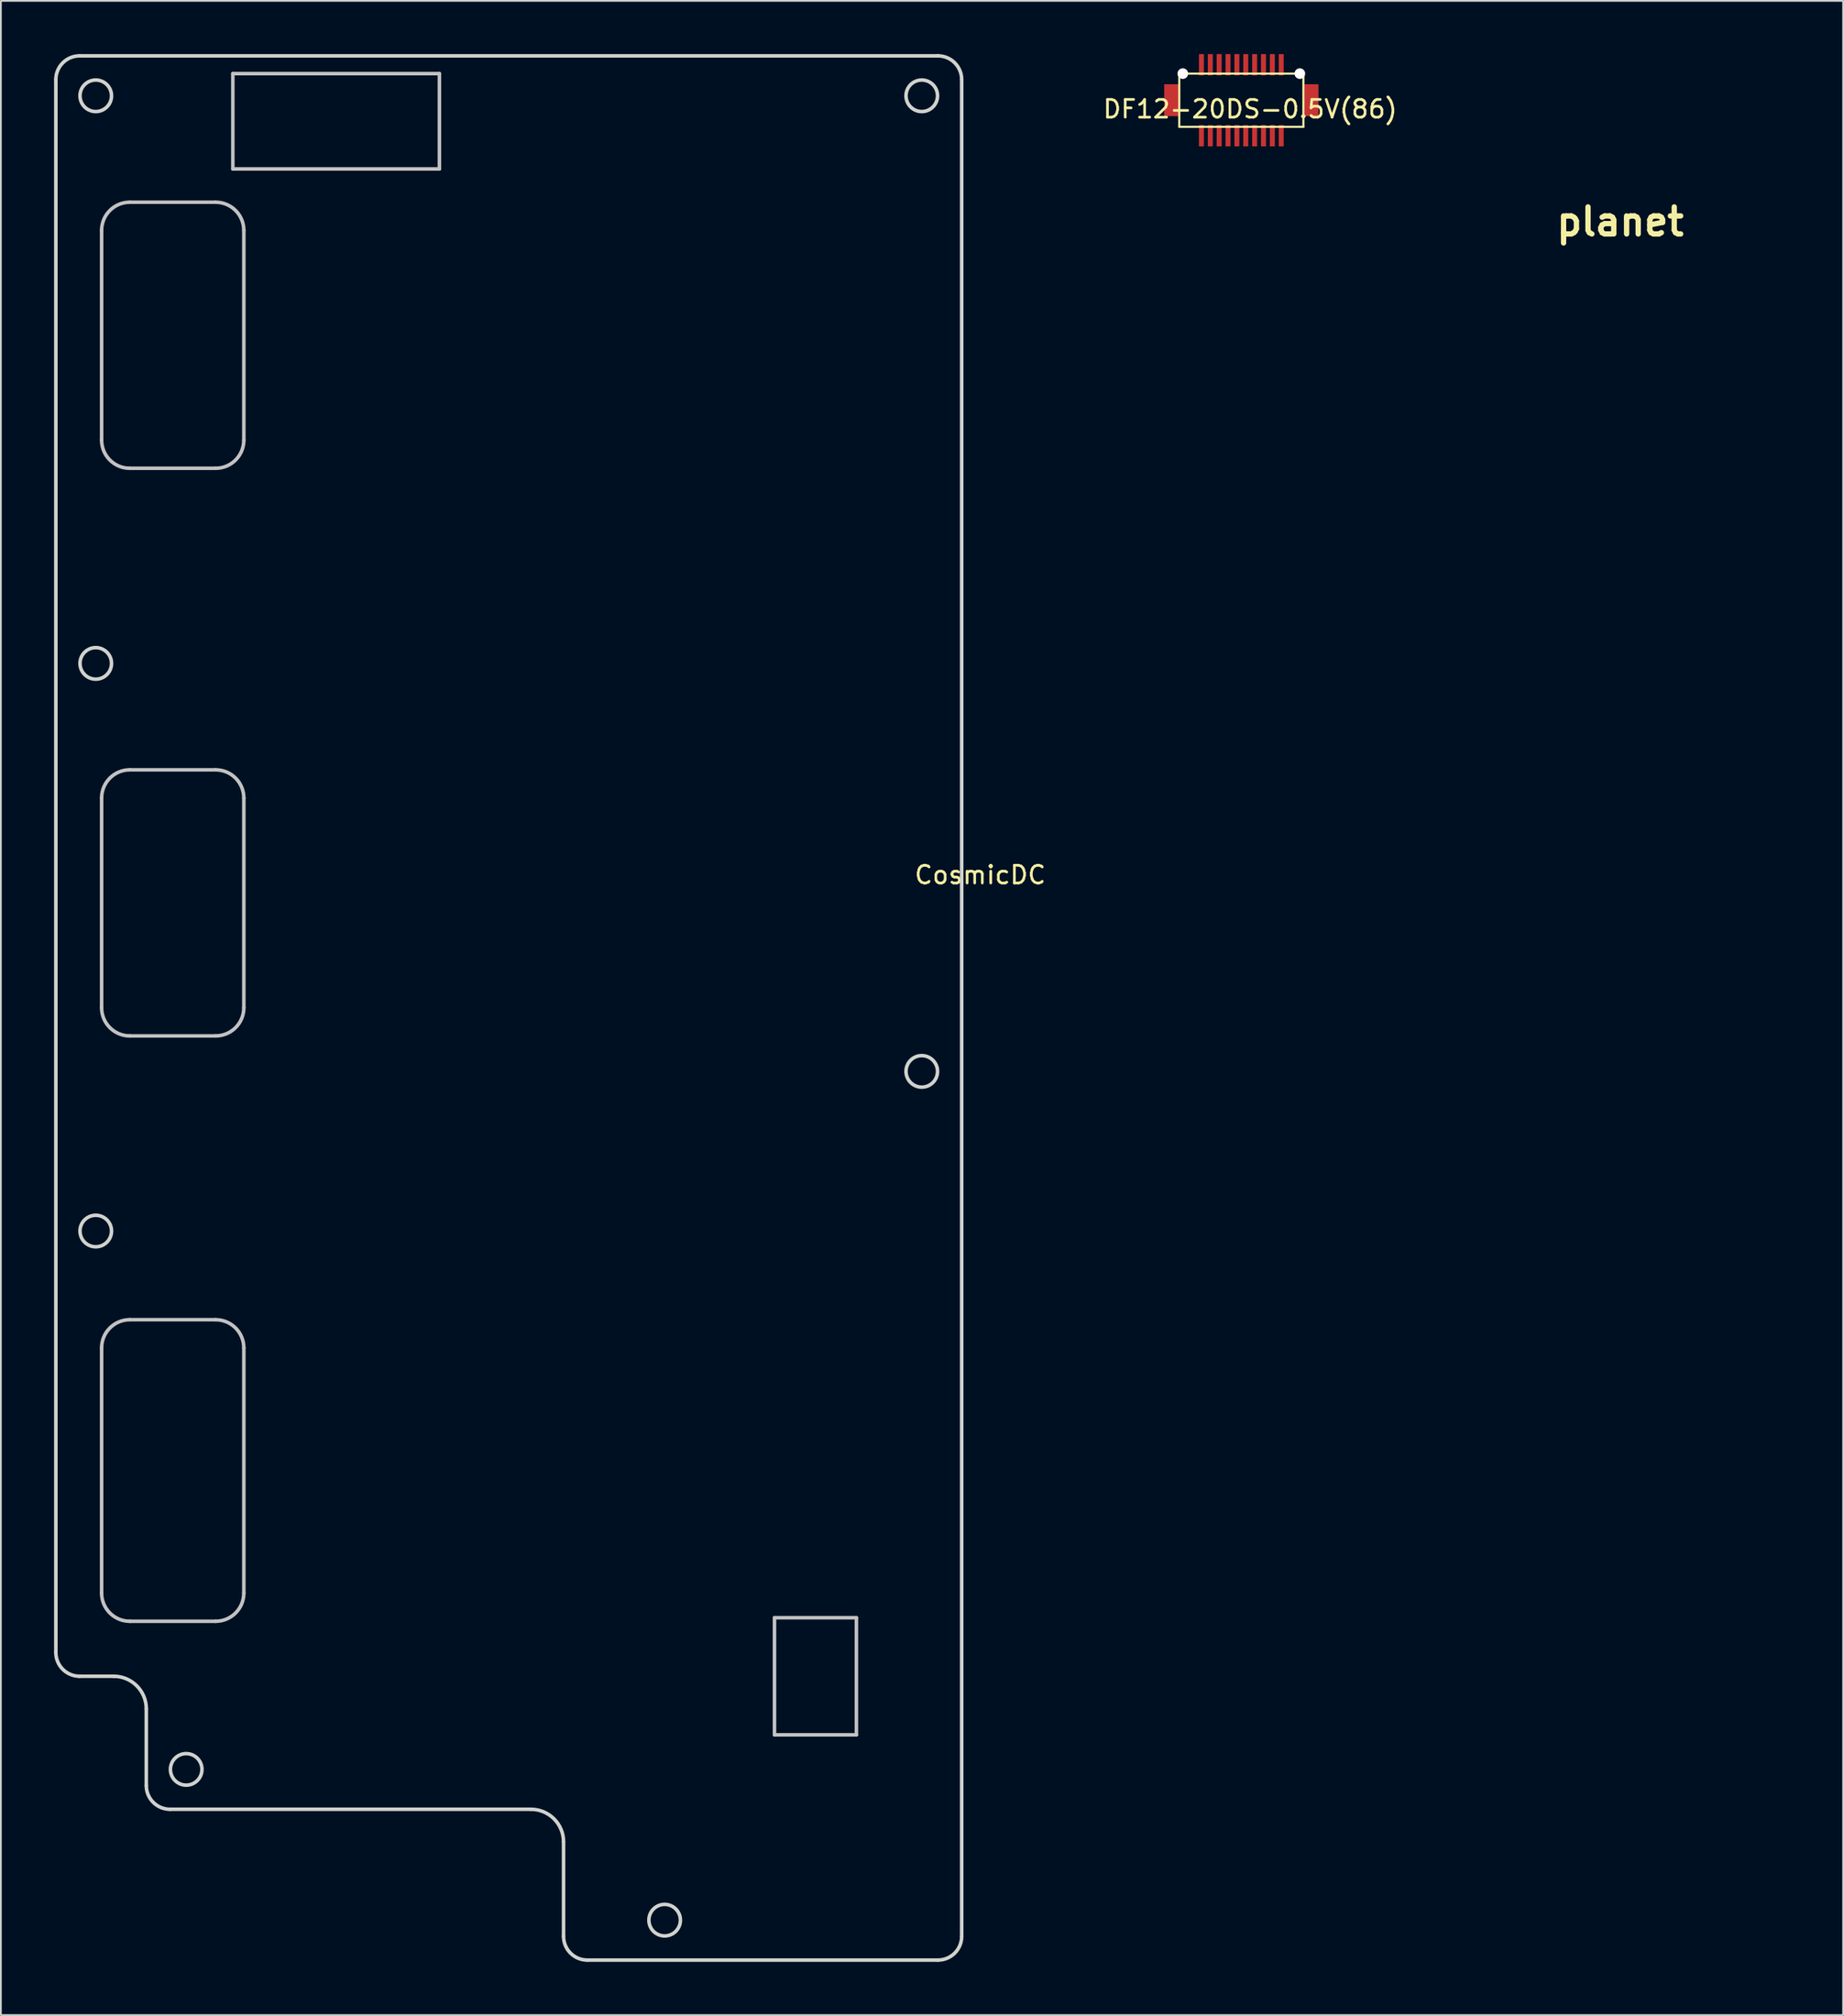
<source format=kicad_pcb>
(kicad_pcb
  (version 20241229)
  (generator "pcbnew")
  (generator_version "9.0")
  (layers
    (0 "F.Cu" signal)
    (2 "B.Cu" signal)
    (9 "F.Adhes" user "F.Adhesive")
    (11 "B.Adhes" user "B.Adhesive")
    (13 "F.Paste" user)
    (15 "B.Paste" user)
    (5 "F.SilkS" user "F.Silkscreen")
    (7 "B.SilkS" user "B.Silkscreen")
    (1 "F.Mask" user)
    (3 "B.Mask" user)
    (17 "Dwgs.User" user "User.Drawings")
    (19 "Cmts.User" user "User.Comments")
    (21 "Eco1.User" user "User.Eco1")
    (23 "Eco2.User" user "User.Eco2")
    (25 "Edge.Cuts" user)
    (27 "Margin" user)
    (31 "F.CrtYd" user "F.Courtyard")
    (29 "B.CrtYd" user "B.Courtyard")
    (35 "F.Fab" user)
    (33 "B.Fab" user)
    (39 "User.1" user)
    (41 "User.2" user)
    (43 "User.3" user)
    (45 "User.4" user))
  (footprint "planet"
    (layer "F.Cu")
    (at 88.316 9.449)
    (property "Reference" "planet" (at 0 0 0) (layer "F.SilkS") (effects (font (size 1.524 1.524) (thickness 0.3))))
    (attr through_hole)
    (fp_poly (pts (xy 7.446 -9.4) (xy 7.984 -9.266) (xy 8.41 -9.069) (xy 8.778 -8.782) (xy 8.965 -8.585) (xy 9.202 -8.274) (xy 9.372 -7.941) (xy 9.483 -7.552) (xy 9.545 -7.072) (xy 9.567 -6.466) (xy 9.567 -6.344) (xy 9.543 -5.667) (xy 9.466 -5.022) (xy 9.325 -4.379) (xy 9.113 -3.707) (xy 8.821 -2.977) (xy 8.44 -2.159) (xy 8.206 -1.693) (xy 7.982 -1.253) (xy 7.824 -0.928) (xy 7.72 -0.682) (xy 7.659 -0.479) (xy 7.63 -0.282) (xy 7.621 -0.057) (xy 7.62 0.141) (xy 7.537 1.213) (xy 7.295 2.279) (xy 6.901 3.316) (xy 6.364 4.3) (xy 5.82 5.056) (xy 5.08 5.836) (xy 4.219 6.502) (xy 3.247 7.048) (xy 2.174 7.468) (xy 2.057 7.504) (xy 1.691 7.606) (xy 1.353 7.674) (xy 0.991 7.716) (xy 0.549 7.74) (xy 0.199 7.748) (xy -0.915 7.768) (xy -1.934 8.287) (xy -2.421 8.522) (xy -2.962 8.762) (xy -3.487 8.977) (xy -3.868 9.117) (xy -4.284 9.253) (xy -4.617 9.344) (xy -4.929 9.401) (xy -5.279 9.433) (xy -5.725 9.451) (xy -5.842 9.454) (xy -6.453 9.458) (xy -6.906 9.432) (xy -7.213 9.377) (xy -7.239 9.369) (xy -7.945 9.066) (xy -8.511 8.671) (xy -8.941 8.177) (xy -9.241 7.577) (xy -9.414 6.866) (xy -9.417 6.848) (xy 0.55 6.848) (xy 0.889 6.802) (xy 1.165 6.754) (xy 1.511 6.682) (xy 1.731 6.631) (xy 2.628 6.325) (xy 3.487 5.87) (xy 4.283 5.288) (xy 4.994 4.597) (xy 5.596 3.819) (xy 6.067 2.974) (xy 6.158 2.761) (xy 6.261 2.484) (xy 6.371 2.148) (xy 6.477 1.794) (xy 6.569 1.459) (xy 6.635 1.183) (xy 6.665 1.005) (xy 6.66 0.959) (xy 6.6 1.01) (xy 6.459 1.169) (xy 6.258 1.411) (xy 6.05 1.672) (xy 5.452 2.384) (xy 4.731 3.158) (xy 3.912 3.972) (xy 3.018 4.801) (xy 2.074 5.624) (xy 1.104 6.416) (xy 0.844 6.62) (xy 0.55 6.848) (xy -9.417 6.848) (xy -9.442 6.639) (xy -9.449 5.86) (xy -9.37 5.277) (xy -6.234 5.277) (xy -6.223 5.5) (xy -6.212 5.563) (xy -6.061 5.935) (xy -5.816 6.175) (xy -5.467 6.29) (xy -5.002 6.286) (xy -4.995 6.286) (xy -4.759 6.253) (xy -4.606 6.222) (xy -4.579 6.211) (xy -4.621 6.143) (xy -4.76 5.984) (xy -4.972 5.759) (xy -5.153 5.576) (xy -5.43 5.291) (xy -5.673 5.023) (xy -5.849 4.81) (xy -5.905 4.729) (xy -6.017 4.564) (xy -6.099 4.488) (xy -6.103 4.487) (xy -6.152 4.563) (xy -6.193 4.755) (xy -6.223 5.011) (xy -6.234 5.277) (xy -9.37 5.277) (xy -9.333 5.004) (xy -9.103 4.1) (xy -8.769 3.176) (xy -8.34 2.262) (xy -7.824 1.387) (xy -7.785 1.328) (xy -7.627 1.084) (xy -7.529 0.894) (xy -7.476 0.702) (xy -7.454 0.456) (xy -7.45 0.1) (xy -7.45 0.054) (xy -7.446 0) (xy -6.474 0) (xy -6.473 0.523) (xy -6.466 0.915) (xy -6.448 1.215) (xy -6.414 1.462) (xy -6.36 1.696) (xy -6.28 1.954) (xy -6.196 2.201) (xy -5.796 3.161) (xy -5.296 4.001) (xy -4.816 4.605) (xy -4.498 4.937) (xy -4.172 5.242) (xy -3.866 5.495) (xy -3.609 5.674) (xy -3.43 5.755) (xy -3.407 5.757) (xy -3.278 5.719) (xy -3.041 5.615) (xy -2.737 5.465) (xy -2.559 5.371) (xy -1.075 4.485) (xy 0.32 3.484) (xy 1.611 2.382) (xy 2.781 1.194) (xy 3.813 -0.067) (xy 4.266 -0.708) (xy 4.505 -1.082) (xy 4.76 -1.507) (xy 5.014 -1.955) (xy 5.254 -2.396) (xy 5.463 -2.803) (xy 5.627 -3.146) (xy 5.729 -3.397) (xy 5.757 -3.513) (xy 5.699 -3.695) (xy 5.538 -3.966) (xy 5.294 -4.295) (xy 4.987 -4.656) (xy 4.752 -4.907) (xy 4.26 -5.347) (xy 3.672 -5.778) (xy 3.057 -6.151) (xy 2.697 -6.329) (xy 4.574 -6.329) (xy 5.151 -5.795) (xy 5.435 -5.52) (xy 5.695 -5.247) (xy 5.886 -5.025) (xy 5.93 -4.965) (xy 6.066 -4.791) (xy 6.166 -4.704) (xy 6.187 -4.703) (xy 6.227 -4.799) (xy 6.27 -5.008) (xy 6.291 -5.155) (xy 6.297 -5.652) (xy 6.186 -6.029) (xy 5.956 -6.284) (xy 5.609 -6.417) (xy 5.144 -6.428) (xy 4.838 -6.382) (xy 4.574 -6.329) (xy 2.697 -6.329) (xy 2.667 -6.344) (xy 1.8 -6.64) (xy 0.862 -6.808) (xy -0.108 -6.847) (xy -1.07 -6.757) (xy -1.985 -6.538) (xy -2.498 -6.344) (xy -3.386 -5.862) (xy -4.197 -5.239) (xy -4.913 -4.494) (xy -5.521 -3.642) (xy -6.005 -2.702) (xy -6.189 -2.223) (xy -6.295 -1.91) (xy -6.37 -1.656) (xy -6.421 -1.42) (xy -6.451 -1.165) (xy -6.467 -0.851) (xy -6.473 -0.438) (xy -6.474 0) (xy -7.446 0) (xy -7.37 -1.098) (xy -7.137 -2.206) (xy -6.759 -3.255) (xy -6.245 -4.232) (xy -5.603 -5.123) (xy -4.841 -5.913) (xy -3.968 -6.587) (xy -3.368 -6.945) (xy -2.457 -7.356) (xy -1.511 -7.625) (xy -0.5 -7.762) (xy 0.296 -7.781) (xy 0.727 -7.775) (xy 1.029 -7.78) (xy 1.244 -7.802) (xy 1.411 -7.848) (xy 1.572 -7.927) (xy 1.757 -8.038) (xy 2.425 -8.398) (xy 3.181 -8.719) (xy 3.992 -8.993) (xy 4.821 -9.21) (xy 5.636 -9.363) (xy 6.4 -9.444) (xy 7.08 -9.444) (xy 7.446 -9.4)) (stroke (width 0.01) (type solid)) (fill no) (layer "Eco2.User")))
  (footprint "DF12-20DS-0.5V(86)"
    (layer "F.Cu")
    (at 66.951 2.6)
    (property "Reference" "DF12-20DS-0.5V(86)" (at 0.5 0.5 0) (layer "F.SilkS") (effects (font (size 1 1) (thickness 0.15))))
    (attr through_hole)
    (fp_line (start -3.5 -1.5) (end -3.5 1.5) (stroke (width 0.12) (type solid)) (layer "F.SilkS"))
    (fp_line (start -3.5 1.5) (end 3.5 1.5) (stroke (width 0.12) (type solid)) (layer "F.SilkS"))
    (fp_line (start 3.5 -1.5) (end -3.5 -1.5) (stroke (width 0.12) (type solid)) (layer "F.SilkS"))
    (fp_line (start 3.5 1.5) (end 3.5 -1.5) (stroke (width 0.12) (type solid)) (layer "F.SilkS"))
    (pad "" smd rect (at -3.95 0) (size 0.8 1.8) (layers "F.Cu" "F.Mask" "F.Paste"))
    (pad "" np_thru_hole circle (at -3.3 -1.5) (size 0.6 0.6) (drill 0.6) (layers "*.Cu" "*.Mask"))
    (pad "" np_thru_hole circle (at 3.3 -1.5) (size 0.6 0.6) (drill 0.6) (layers "*.Cu" "*.Mask"))
    (pad "" smd rect (at 3.95 0) (size 0.8 1.8) (layers "F.Cu" "F.Mask" "F.Paste"))
    (pad "1" smd rect (at -2.25 -2) (size 0.28 1.2) (layers "F.Cu" "F.Mask" "F.Paste"))
    (pad "2" smd rect (at -1.75 -2) (size 0.28 1.2) (layers "F.Cu" "F.Mask" "F.Paste"))
    (pad "3" smd rect (at -1.25 -2) (size 0.28 1.2) (layers "F.Cu" "F.Mask" "F.Paste"))
    (pad "4" smd rect (at -0.75 -2) (size 0.28 1.2) (layers "F.Cu" "F.Mask" "F.Paste"))
    (pad "5" smd rect (at -0.25 -2) (size 0.28 1.2) (layers "F.Cu" "F.Mask" "F.Paste"))
    (pad "6" smd rect (at 0.25 -2) (size 0.28 1.2) (layers "F.Cu" "F.Mask" "F.Paste"))
    (pad "7" smd rect (at 0.75 -2) (size 0.28 1.2) (layers "F.Cu" "F.Mask" "F.Paste"))
    (pad "8" smd rect (at 1.25 -2) (size 0.28 1.2) (layers "F.Cu" "F.Mask" "F.Paste"))
    (pad "9" smd rect (at 1.75 -2) (size 0.28 1.2) (layers "F.Cu" "F.Mask" "F.Paste"))
    (pad "10" smd rect (at 2.25 -2) (size 0.28 1.2) (layers "F.Cu" "F.Mask" "F.Paste"))
    (pad "11" smd rect (at -2.25 2) (size 0.28 1.2) (layers "F.Cu" "F.Mask" "F.Paste"))
    (pad "12" smd rect (at -1.75 2) (size 0.28 1.2) (layers "F.Cu" "F.Mask" "F.Paste"))
    (pad "13" smd rect (at -1.25 2) (size 0.28 1.2) (layers "F.Cu" "F.Mask" "F.Paste"))
    (pad "14" smd rect (at -0.75 2) (size 0.28 1.2) (layers "F.Cu" "F.Mask" "F.Paste"))
    (pad "15" smd rect (at -0.25 2) (size 0.28 1.2) (layers "F.Cu" "F.Mask" "F.Paste"))
    (pad "16" smd rect (at 0.25 2) (size 0.28 1.2) (layers "F.Cu" "F.Mask" "F.Paste"))
    (pad "17" smd rect (at 0.75 2) (size 0.28 1.2) (layers "F.Cu" "F.Mask" "F.Paste"))
    (pad "18" smd rect (at 1.25 2) (size 0.28 1.2) (layers "F.Cu" "F.Mask" "F.Paste"))
    (pad "19" smd rect (at 1.75 2) (size 0.28 1.2) (layers "F.Cu" "F.Mask" "F.Paste"))
    (pad "20" smd rect (at 2.25 2) (size 0.28 1.2) (layers "F.Cu" "F.Mask" "F.Paste")))
  (footprint "CosmicDC"
    (layer "F.Cu")
    (at 52.225 45.775)
    (property "Reference" "CosmicDC" (at 0 0.5 0) (layer "F.SilkS") (effects (font (size 1 1) (thickness 0.15))))
    (attr through_hole)
    (fp_line (start -49.545 -24.015) (end -49.545 -35.835) (stroke (width 0.2) (type solid)) (layer "Dwgs.User"))
    (fp_line (start -49.545 7.985) (end -49.545 -3.835) (stroke (width 0.2) (type solid)) (layer "Dwgs.User"))
    (fp_line (start -49.545 40.985) (end -49.545 27.165) (stroke (width 0.2) (type solid)) (layer "Dwgs.User"))
    (fp_line (start -47.955 -37.425) (end -43.115 -37.425) (stroke (width 0.2) (type solid)) (layer "Dwgs.User"))
    (fp_line (start -47.955 -22.425) (end -43.115 -22.425) (stroke (width 0.2) (type solid)) (layer "Dwgs.User"))
    (fp_line (start -47.955 -5.425) (end -43.115 -5.425) (stroke (width 0.2) (type solid)) (layer "Dwgs.User"))
    (fp_line (start -47.955 9.575) (end -43.115 9.575) (stroke (width 0.2) (type solid)) (layer "Dwgs.User"))
    (fp_line (start -47.955 25.575) (end -43.115 25.575) (stroke (width 0.2) (type solid)) (layer "Dwgs.User"))
    (fp_line (start -47.955 42.575) (end -43.115 42.575) (stroke (width 0.2) (type solid)) (layer "Dwgs.User"))
    (fp_line (start -42.145 -44.675) (end -42.145 -39.3) (stroke (width 0.2) (type solid)) (layer "Dwgs.User"))
    (fp_line (start -41.525 -24.015) (end -41.525 -35.835) (stroke (width 0.2) (type solid)) (layer "Dwgs.User"))
    (fp_line (start -41.525 7.985) (end -41.525 -3.835) (stroke (width 0.2) (type solid)) (layer "Dwgs.User"))
    (fp_line (start -41.525 40.985) (end -41.525 27.165) (stroke (width 0.2) (type solid)) (layer "Dwgs.User"))
    (fp_line (start -30.495 -44.675) (end -42.145 -44.675) (stroke (width 0.2) (type solid)) (layer "Dwgs.User"))
    (fp_line (start -30.495 -44.675) (end -30.495 -39.3) (stroke (width 0.2) (type solid)) (layer "Dwgs.User"))
    (fp_line (start -30.495 -39.3) (end -42.145 -39.3) (stroke (width 0.2) (type solid)) (layer "Dwgs.User"))
    (fp_line (start -11.6 42.376) (end -11.6 48.976) (stroke (width 0.2) (type solid)) (layer "Dwgs.User"))
    (fp_line (start -6.98 42.376) (end -11.6 42.376) (stroke (width 0.2) (type solid)) (layer "Dwgs.User"))
    (fp_line (start -6.98 42.376) (end -6.98 48.976) (stroke (width 0.2) (type solid)) (layer "Dwgs.User"))
    (fp_line (start -6.98 48.976) (end -11.6 48.976) (stroke (width 0.2) (type solid)) (layer "Dwgs.User"))
    (fp_arc (start -49.545 -35.834999) (mid -49.0793 -36.959299) (end -47.955 -37.424999) (stroke (width 0.2) (type solid)) (layer "Dwgs.User"))
    (fp_arc (start -49.545 -3.834999) (mid -49.0793 -4.959299) (end -47.955 -5.424999) (stroke (width 0.2) (type solid)) (layer "Dwgs.User"))
    (fp_arc (start -49.545 27.165) (mid -49.0793 26.0407) (end -47.955 25.575) (stroke (width 0.2) (type solid)) (layer "Dwgs.User"))
    (fp_arc (start -47.955 -22.424999) (mid -49.0793 -22.890699) (end -49.545 -24.014999) (stroke (width 0.2) (type solid)) (layer "Dwgs.User"))
    (fp_arc (start -47.955 9.575) (mid -49.0793 9.1093) (end -49.545 7.985) (stroke (width 0.2) (type solid)) (layer "Dwgs.User"))
    (fp_arc (start -47.955 42.575) (mid -49.0793 42.1093) (end -49.545 40.985) (stroke (width 0.2) (type solid)) (layer "Dwgs.User"))
    (fp_arc (start -43.115 -37.424999) (mid -41.9907 -36.959299) (end -41.525 -35.834999) (stroke (width 0.2) (type solid)) (layer "Dwgs.User"))
    (fp_arc (start -43.115 -5.424999) (mid -41.9907 -4.959299) (end -41.525 -3.834999) (stroke (width 0.2) (type solid)) (layer "Dwgs.User"))
    (fp_arc (start -43.115 25.575) (mid -41.9907 26.0407) (end -41.525 27.165) (stroke (width 0.2) (type solid)) (layer "Dwgs.User"))
    (fp_arc (start -41.525 -24.014999) (mid -41.9907 -22.890699) (end -43.115 -22.424999) (stroke (width 0.2) (type solid)) (layer "Dwgs.User"))
    (fp_arc (start -41.525 7.985) (mid -41.9907 9.1093) (end -43.115 9.575) (stroke (width 0.2) (type solid)) (layer "Dwgs.User"))
    (fp_arc (start -41.525 40.985) (mid -41.9907 42.1093) (end -43.115 42.575) (stroke (width 0.2) (type solid)) (layer "Dwgs.User"))
    (fp_line (start -52.125 44.337) (end -52.125 -44.337) (stroke (width 0.2) (type solid)) (layer "Edge.Cuts"))
    (fp_line (start -50.788 -45.675) (end -2.381 -45.675) (stroke (width 0.2) (type solid)) (layer "Edge.Cuts"))
    (fp_line (start -48.862 45.675) (end -50.788 45.675) (stroke (width 0.2) (type solid)) (layer "Edge.Cuts"))
    (fp_line (start -47.025 51.837) (end -47.025 47.513) (stroke (width 0.2) (type solid)) (layer "Edge.Cuts"))
    (fp_line (start -25.332 53.175) (end -45.688 53.175) (stroke (width 0.2) (type solid)) (layer "Edge.Cuts"))
    (fp_line (start -23.495 55.013) (end -23.495 60.337) (stroke (width 0.2) (type solid)) (layer "Edge.Cuts"))
    (fp_line (start -2.381 61.675) (end -22.157 61.675) (stroke (width 0.2) (type solid)) (layer "Edge.Cuts"))
    (fp_line (start -1.044 -44.337) (end -1.044 60.337) (stroke (width 0.2) (type solid)) (layer "Edge.Cuts"))
    (fp_arc (start -52.125 -44.3375) (mid -51.733255 -45.283255) (end -50.7875 -45.675) (stroke (width 0.2) (type solid)) (layer "Edge.Cuts"))
    (fp_arc (start -50.787498 45.675) (mid -51.733254 45.283256) (end -52.125 44.3375) (stroke (width 0.2) (type solid)) (layer "Edge.Cuts"))
    (fp_arc (start -48.8625 45.675) (mid -47.563191 46.213191) (end -47.025 47.5125) (stroke (width 0.2) (type solid)) (layer "Edge.Cuts"))
    (fp_arc (start -45.6875 53.175) (mid -46.633255 52.783255) (end -47.025 51.8375) (stroke (width 0.2) (type solid)) (layer "Edge.Cuts"))
    (fp_arc (start -25.3325 53.175) (mid -24.033191 53.713191) (end -23.495 55.0125) (stroke (width 0.2) (type solid)) (layer "Edge.Cuts"))
    (fp_arc (start -22.1575 61.675) (mid -23.103255 61.283255) (end -23.495 60.3375) (stroke (width 0.2) (type solid)) (layer "Edge.Cuts"))
    (fp_arc (start -2.38125 -45.675) (mid -1.435495 -45.283255) (end -1.04375 -44.3375) (stroke (width 0.2) (type solid)) (layer "Edge.Cuts"))
    (fp_arc (start -1.04375 60.3375) (mid -1.435495 61.283255) (end -2.38125 61.675) (stroke (width 0.2) (type solid)) (layer "Edge.Cuts"))
    (fp_circle (center -49.875 -43.425) (end -48.986 -43.425) (stroke (width 0.2) (type solid)) (fill no) (layer "Edge.Cuts"))
    (fp_circle (center -49.875 -11.425) (end -48.986 -11.425) (stroke (width 0.2) (type solid)) (fill no) (layer "Edge.Cuts"))
    (fp_circle (center -49.875 20.575) (end -48.986 20.575) (stroke (width 0.2) (type solid)) (fill no) (layer "Edge.Cuts"))
    (fp_circle (center -44.775 50.925) (end -43.886 50.925) (stroke (width 0.2) (type solid)) (fill no) (layer "Edge.Cuts"))
    (fp_circle (center -17.794 59.425) (end -16.905 59.425) (stroke (width 0.2) (type solid)) (fill no) (layer "Edge.Cuts"))
    (fp_circle (center -3.294 -43.425) (end -2.405 -43.425) (stroke (width 0.2) (type solid)) (fill no) (layer "Edge.Cuts"))
    (fp_circle (center -3.294 11.575) (end -2.405 11.575) (stroke (width 0.2) (type solid)) (fill no) (layer "Edge.Cuts")))
  (gr_rect
    (start -3 -3)
    (end 100.888 110.55)
    (stroke (width 0.1) (type default))
    (fill no)
    (layer "Edge.Cuts")))
</source>
